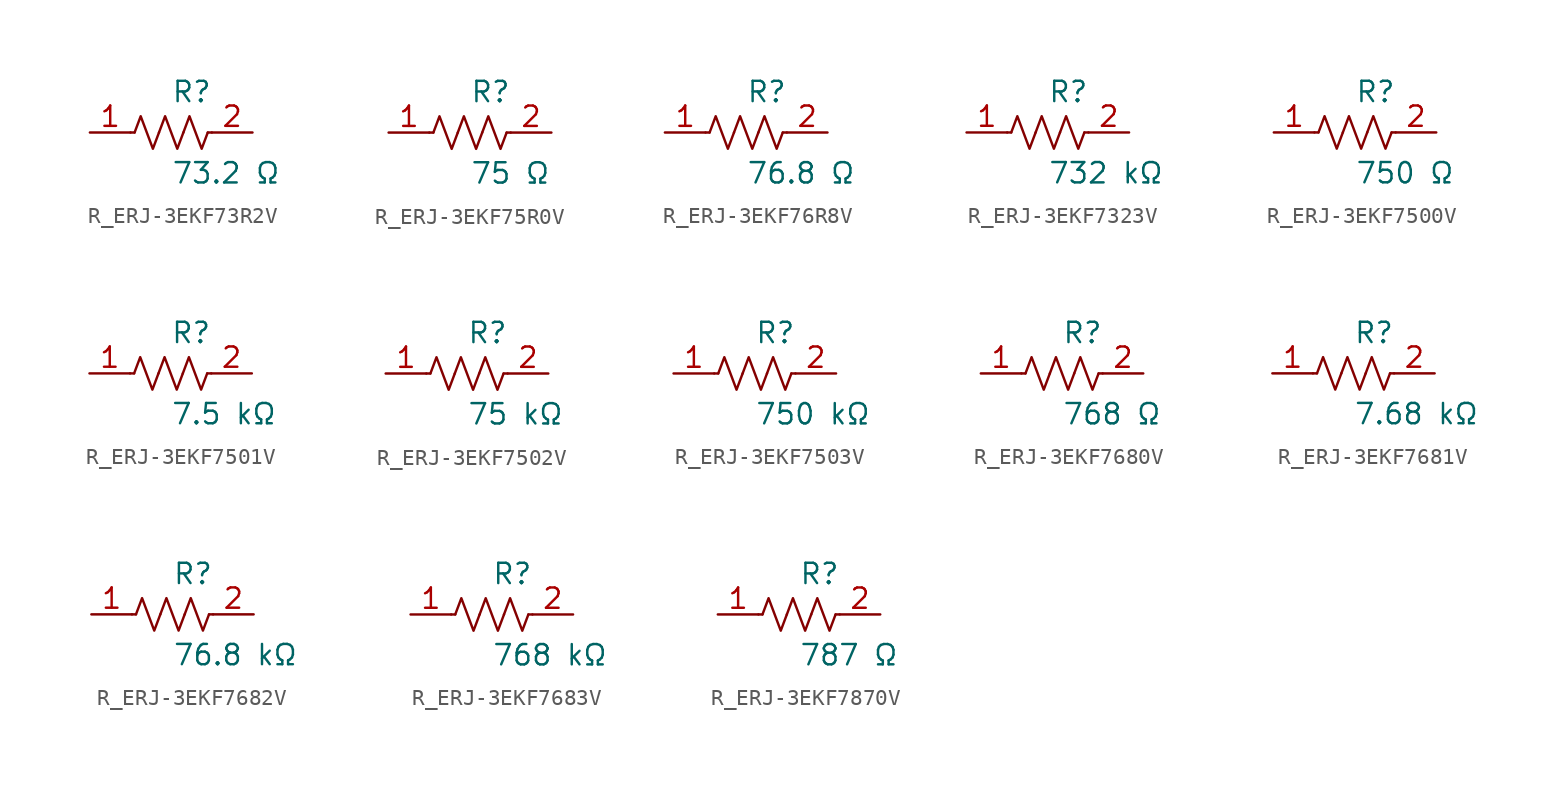
<source format=kicad_sym>
(kicad_symbol_lib
  (version 20231120)
  (generator "kicad_symbol_editor")
  (generator_version "8.0")
  (symbol "R_ERJ-3EKF73R2V"
    (pin_names
      (offset 0.254))
    (property "Reference" "R"
      (at 0 2.54 0)
      (effects (font (size 1.27 1.27)) (justify left)))
    (property "Value" "73.2 Ω"
      (at 0 -2.54 0)
      (effects (font (size 1.27 1.27)) (justify left)))
    (symbol "R_ERJ-3EKF73R2V_0_1"
      (polyline (pts (xy 2.286 0) (xy 2.54 0)) (stroke (width 0) (type default)) (fill (type none)))
      (polyline (pts (xy -2.286 0) (xy -2.54 0)) (stroke (width 0) (type default)) (fill (type none)))
      (polyline (pts (xy 0.762 0) (xy 1.143 1.016) (xy 1.524 0) (xy 1.905 -1.016) (xy 2.286 0)) (stroke (width 0) (type default)) (fill (type none)))
      (polyline (pts (xy -0.762 0) (xy -0.381 1.016) (xy 0 0) (xy 0.381 -1.016) (xy 0.762 0)) (stroke (width 0) (type default)) (fill (type none)))
      (polyline (pts (xy -2.286 0) (xy -1.905 1.016) (xy -1.524 0) (xy -1.143 -1.016) (xy -0.762 0)) (stroke (width 0) (type default)) (fill (type none))))
    (pin unspecified line
      (at -5.08 0 0)
      (length 2.54)
      (name "" (effects (font (size 1.27 1.27))))
      (number "1" (effects (font (size 1.27 1.27)))))
    (pin unspecified line
      (at 5.08 0 180)
      (length 2.54)
      (name "" (effects (font (size 1.27 1.27))))
      (number "2" (effects (font (size 1.27 1.27))))))
  (symbol "R_ERJ-3EKF75R0V"
    (pin_names
      (offset 0.254))
    (property "Reference" "R"
      (at 0 2.54 0)
      (effects (font (size 1.27 1.27)) (justify left)))
    (property "Value" "75 Ω"
      (at 0 -2.54 0)
      (effects (font (size 1.27 1.27)) (justify left)))
    (symbol "R_ERJ-3EKF75R0V_0_1"
      (polyline (pts (xy 2.286 0) (xy 2.54 0)) (stroke (width 0) (type default)) (fill (type none)))
      (polyline (pts (xy -2.286 0) (xy -2.54 0)) (stroke (width 0) (type default)) (fill (type none)))
      (polyline (pts (xy 0.762 0) (xy 1.143 1.016) (xy 1.524 0) (xy 1.905 -1.016) (xy 2.286 0)) (stroke (width 0) (type default)) (fill (type none)))
      (polyline (pts (xy -0.762 0) (xy -0.381 1.016) (xy 0 0) (xy 0.381 -1.016) (xy 0.762 0)) (stroke (width 0) (type default)) (fill (type none)))
      (polyline (pts (xy -2.286 0) (xy -1.905 1.016) (xy -1.524 0) (xy -1.143 -1.016) (xy -0.762 0)) (stroke (width 0) (type default)) (fill (type none))))
    (pin unspecified line
      (at -5.08 0 0)
      (length 2.54)
      (name "" (effects (font (size 1.27 1.27))))
      (number "1" (effects (font (size 1.27 1.27)))))
    (pin unspecified line
      (at 5.08 0 180)
      (length 2.54)
      (name "" (effects (font (size 1.27 1.27))))
      (number "2" (effects (font (size 1.27 1.27))))))
  (symbol "R_ERJ-3EKF76R8V"
    (pin_names
      (offset 0.254))
    (property "Reference" "R"
      (at 0 2.54 0)
      (effects (font (size 1.27 1.27)) (justify left)))
    (property "Value" "76.8 Ω"
      (at 0 -2.54 0)
      (effects (font (size 1.27 1.27)) (justify left)))
    (symbol "R_ERJ-3EKF76R8V_0_1"
      (polyline (pts (xy 2.286 0) (xy 2.54 0)) (stroke (width 0) (type default)) (fill (type none)))
      (polyline (pts (xy -2.286 0) (xy -2.54 0)) (stroke (width 0) (type default)) (fill (type none)))
      (polyline (pts (xy 0.762 0) (xy 1.143 1.016) (xy 1.524 0) (xy 1.905 -1.016) (xy 2.286 0)) (stroke (width 0) (type default)) (fill (type none)))
      (polyline (pts (xy -0.762 0) (xy -0.381 1.016) (xy 0 0) (xy 0.381 -1.016) (xy 0.762 0)) (stroke (width 0) (type default)) (fill (type none)))
      (polyline (pts (xy -2.286 0) (xy -1.905 1.016) (xy -1.524 0) (xy -1.143 -1.016) (xy -0.762 0)) (stroke (width 0) (type default)) (fill (type none))))
    (pin unspecified line
      (at -5.08 0 0)
      (length 2.54)
      (name "" (effects (font (size 1.27 1.27))))
      (number "1" (effects (font (size 1.27 1.27)))))
    (pin unspecified line
      (at 5.08 0 180)
      (length 2.54)
      (name "" (effects (font (size 1.27 1.27))))
      (number "2" (effects (font (size 1.27 1.27))))))
  (symbol "R_ERJ-3EKF7323V"
    (pin_names
      (offset 0.254))
    (property "Reference" "R"
      (at 0 2.54 0)
      (effects (font (size 1.27 1.27)) (justify left)))
    (property "Value" "732 kΩ"
      (at 0 -2.54 0)
      (effects (font (size 1.27 1.27)) (justify left)))
    (symbol "R_ERJ-3EKF7323V_0_1"
      (polyline (pts (xy 2.286 0) (xy 2.54 0)) (stroke (width 0) (type default)) (fill (type none)))
      (polyline (pts (xy -2.286 0) (xy -2.54 0)) (stroke (width 0) (type default)) (fill (type none)))
      (polyline (pts (xy 0.762 0) (xy 1.143 1.016) (xy 1.524 0) (xy 1.905 -1.016) (xy 2.286 0)) (stroke (width 0) (type default)) (fill (type none)))
      (polyline (pts (xy -0.762 0) (xy -0.381 1.016) (xy 0 0) (xy 0.381 -1.016) (xy 0.762 0)) (stroke (width 0) (type default)) (fill (type none)))
      (polyline (pts (xy -2.286 0) (xy -1.905 1.016) (xy -1.524 0) (xy -1.143 -1.016) (xy -0.762 0)) (stroke (width 0) (type default)) (fill (type none))))
    (pin unspecified line
      (at -5.08 0 0)
      (length 2.54)
      (name "" (effects (font (size 1.27 1.27))))
      (number "1" (effects (font (size 1.27 1.27)))))
    (pin unspecified line
      (at 5.08 0 180)
      (length 2.54)
      (name "" (effects (font (size 1.27 1.27))))
      (number "2" (effects (font (size 1.27 1.27))))))
  (symbol "R_ERJ-3EKF7500V"
    (pin_names
      (offset 0.254))
    (property "Reference" "R"
      (at 0 2.54 0)
      (effects (font (size 1.27 1.27)) (justify left)))
    (property "Value" "750 Ω"
      (at 0 -2.54 0)
      (effects (font (size 1.27 1.27)) (justify left)))
    (symbol "R_ERJ-3EKF7500V_0_1"
      (polyline (pts (xy 2.286 0) (xy 2.54 0)) (stroke (width 0) (type default)) (fill (type none)))
      (polyline (pts (xy -2.286 0) (xy -2.54 0)) (stroke (width 0) (type default)) (fill (type none)))
      (polyline (pts (xy 0.762 0) (xy 1.143 1.016) (xy 1.524 0) (xy 1.905 -1.016) (xy 2.286 0)) (stroke (width 0) (type default)) (fill (type none)))
      (polyline (pts (xy -0.762 0) (xy -0.381 1.016) (xy 0 0) (xy 0.381 -1.016) (xy 0.762 0)) (stroke (width 0) (type default)) (fill (type none)))
      (polyline (pts (xy -2.286 0) (xy -1.905 1.016) (xy -1.524 0) (xy -1.143 -1.016) (xy -0.762 0)) (stroke (width 0) (type default)) (fill (type none))))
    (pin unspecified line
      (at -5.08 0 0)
      (length 2.54)
      (name "" (effects (font (size 1.27 1.27))))
      (number "1" (effects (font (size 1.27 1.27)))))
    (pin unspecified line
      (at 5.08 0 180)
      (length 2.54)
      (name "" (effects (font (size 1.27 1.27))))
      (number "2" (effects (font (size 1.27 1.27))))))
  (symbol "R_ERJ-3EKF7501V"
    (pin_names
      (offset 0.254))
    (property "Reference" "R"
      (at 0 2.54 0)
      (effects (font (size 1.27 1.27)) (justify left)))
    (property "Value" "7.5 kΩ"
      (at 0 -2.54 0)
      (effects (font (size 1.27 1.27)) (justify left)))
    (symbol "R_ERJ-3EKF7501V_0_1"
      (polyline (pts (xy 2.286 0) (xy 2.54 0)) (stroke (width 0) (type default)) (fill (type none)))
      (polyline (pts (xy -2.286 0) (xy -2.54 0)) (stroke (width 0) (type default)) (fill (type none)))
      (polyline (pts (xy 0.762 0) (xy 1.143 1.016) (xy 1.524 0) (xy 1.905 -1.016) (xy 2.286 0)) (stroke (width 0) (type default)) (fill (type none)))
      (polyline (pts (xy -0.762 0) (xy -0.381 1.016) (xy 0 0) (xy 0.381 -1.016) (xy 0.762 0)) (stroke (width 0) (type default)) (fill (type none)))
      (polyline (pts (xy -2.286 0) (xy -1.905 1.016) (xy -1.524 0) (xy -1.143 -1.016) (xy -0.762 0)) (stroke (width 0) (type default)) (fill (type none))))
    (pin unspecified line
      (at -5.08 0 0)
      (length 2.54)
      (name "" (effects (font (size 1.27 1.27))))
      (number "1" (effects (font (size 1.27 1.27)))))
    (pin unspecified line
      (at 5.08 0 180)
      (length 2.54)
      (name "" (effects (font (size 1.27 1.27))))
      (number "2" (effects (font (size 1.27 1.27))))))
  (symbol "R_ERJ-3EKF7502V"
    (pin_names
      (offset 0.254))
    (property "Reference" "R"
      (at 0 2.54 0)
      (effects (font (size 1.27 1.27)) (justify left)))
    (property "Value" "75 kΩ"
      (at 0 -2.54 0)
      (effects (font (size 1.27 1.27)) (justify left)))
    (symbol "R_ERJ-3EKF7502V_0_1"
      (polyline (pts (xy 2.286 0) (xy 2.54 0)) (stroke (width 0) (type default)) (fill (type none)))
      (polyline (pts (xy -2.286 0) (xy -2.54 0)) (stroke (width 0) (type default)) (fill (type none)))
      (polyline (pts (xy 0.762 0) (xy 1.143 1.016) (xy 1.524 0) (xy 1.905 -1.016) (xy 2.286 0)) (stroke (width 0) (type default)) (fill (type none)))
      (polyline (pts (xy -0.762 0) (xy -0.381 1.016) (xy 0 0) (xy 0.381 -1.016) (xy 0.762 0)) (stroke (width 0) (type default)) (fill (type none)))
      (polyline (pts (xy -2.286 0) (xy -1.905 1.016) (xy -1.524 0) (xy -1.143 -1.016) (xy -0.762 0)) (stroke (width 0) (type default)) (fill (type none))))
    (pin unspecified line
      (at -5.08 0 0)
      (length 2.54)
      (name "" (effects (font (size 1.27 1.27))))
      (number "1" (effects (font (size 1.27 1.27)))))
    (pin unspecified line
      (at 5.08 0 180)
      (length 2.54)
      (name "" (effects (font (size 1.27 1.27))))
      (number "2" (effects (font (size 1.27 1.27))))))
  (symbol "R_ERJ-3EKF7503V"
    (pin_names
      (offset 0.254))
    (property "Reference" "R"
      (at 0 2.54 0)
      (effects (font (size 1.27 1.27)) (justify left)))
    (property "Value" "750 kΩ"
      (at 0 -2.54 0)
      (effects (font (size 1.27 1.27)) (justify left)))
    (symbol "R_ERJ-3EKF7503V_0_1"
      (polyline (pts (xy 2.286 0) (xy 2.54 0)) (stroke (width 0) (type default)) (fill (type none)))
      (polyline (pts (xy -2.286 0) (xy -2.54 0)) (stroke (width 0) (type default)) (fill (type none)))
      (polyline (pts (xy 0.762 0) (xy 1.143 1.016) (xy 1.524 0) (xy 1.905 -1.016) (xy 2.286 0)) (stroke (width 0) (type default)) (fill (type none)))
      (polyline (pts (xy -0.762 0) (xy -0.381 1.016) (xy 0 0) (xy 0.381 -1.016) (xy 0.762 0)) (stroke (width 0) (type default)) (fill (type none)))
      (polyline (pts (xy -2.286 0) (xy -1.905 1.016) (xy -1.524 0) (xy -1.143 -1.016) (xy -0.762 0)) (stroke (width 0) (type default)) (fill (type none))))
    (pin unspecified line
      (at -5.08 0 0)
      (length 2.54)
      (name "" (effects (font (size 1.27 1.27))))
      (number "1" (effects (font (size 1.27 1.27)))))
    (pin unspecified line
      (at 5.08 0 180)
      (length 2.54)
      (name "" (effects (font (size 1.27 1.27))))
      (number "2" (effects (font (size 1.27 1.27))))))
  (symbol "R_ERJ-3EKF7680V"
    (pin_names
      (offset 0.254))
    (property "Reference" "R"
      (at 0 2.54 0)
      (effects (font (size 1.27 1.27)) (justify left)))
    (property "Value" "768 Ω"
      (at 0 -2.54 0)
      (effects (font (size 1.27 1.27)) (justify left)))
    (symbol "R_ERJ-3EKF7680V_0_1"
      (polyline (pts (xy 2.286 0) (xy 2.54 0)) (stroke (width 0) (type default)) (fill (type none)))
      (polyline (pts (xy -2.286 0) (xy -2.54 0)) (stroke (width 0) (type default)) (fill (type none)))
      (polyline (pts (xy 0.762 0) (xy 1.143 1.016) (xy 1.524 0) (xy 1.905 -1.016) (xy 2.286 0)) (stroke (width 0) (type default)) (fill (type none)))
      (polyline (pts (xy -0.762 0) (xy -0.381 1.016) (xy 0 0) (xy 0.381 -1.016) (xy 0.762 0)) (stroke (width 0) (type default)) (fill (type none)))
      (polyline (pts (xy -2.286 0) (xy -1.905 1.016) (xy -1.524 0) (xy -1.143 -1.016) (xy -0.762 0)) (stroke (width 0) (type default)) (fill (type none))))
    (pin unspecified line
      (at -5.08 0 0)
      (length 2.54)
      (name "" (effects (font (size 1.27 1.27))))
      (number "1" (effects (font (size 1.27 1.27)))))
    (pin unspecified line
      (at 5.08 0 180)
      (length 2.54)
      (name "" (effects (font (size 1.27 1.27))))
      (number "2" (effects (font (size 1.27 1.27))))))
  (symbol "R_ERJ-3EKF7681V"
    (pin_names
      (offset 0.254))
    (property "Reference" "R"
      (at 0 2.54 0)
      (effects (font (size 1.27 1.27)) (justify left)))
    (property "Value" "7.68 kΩ"
      (at 0 -2.54 0)
      (effects (font (size 1.27 1.27)) (justify left)))
    (symbol "R_ERJ-3EKF7681V_0_1"
      (polyline (pts (xy 2.286 0) (xy 2.54 0)) (stroke (width 0) (type default)) (fill (type none)))
      (polyline (pts (xy -2.286 0) (xy -2.54 0)) (stroke (width 0) (type default)) (fill (type none)))
      (polyline (pts (xy 0.762 0) (xy 1.143 1.016) (xy 1.524 0) (xy 1.905 -1.016) (xy 2.286 0)) (stroke (width 0) (type default)) (fill (type none)))
      (polyline (pts (xy -0.762 0) (xy -0.381 1.016) (xy 0 0) (xy 0.381 -1.016) (xy 0.762 0)) (stroke (width 0) (type default)) (fill (type none)))
      (polyline (pts (xy -2.286 0) (xy -1.905 1.016) (xy -1.524 0) (xy -1.143 -1.016) (xy -0.762 0)) (stroke (width 0) (type default)) (fill (type none))))
    (pin unspecified line
      (at -5.08 0 0)
      (length 2.54)
      (name "" (effects (font (size 1.27 1.27))))
      (number "1" (effects (font (size 1.27 1.27)))))
    (pin unspecified line
      (at 5.08 0 180)
      (length 2.54)
      (name "" (effects (font (size 1.27 1.27))))
      (number "2" (effects (font (size 1.27 1.27))))))
  (symbol "R_ERJ-3EKF7682V"
    (pin_names
      (offset 0.254))
    (property "Reference" "R"
      (at 0 2.54 0)
      (effects (font (size 1.27 1.27)) (justify left)))
    (property "Value" "76.8 kΩ"
      (at 0 -2.54 0)
      (effects (font (size 1.27 1.27)) (justify left)))
    (symbol "R_ERJ-3EKF7682V_0_1"
      (polyline (pts (xy 2.286 0) (xy 2.54 0)) (stroke (width 0) (type default)) (fill (type none)))
      (polyline (pts (xy -2.286 0) (xy -2.54 0)) (stroke (width 0) (type default)) (fill (type none)))
      (polyline (pts (xy 0.762 0) (xy 1.143 1.016) (xy 1.524 0) (xy 1.905 -1.016) (xy 2.286 0)) (stroke (width 0) (type default)) (fill (type none)))
      (polyline (pts (xy -0.762 0) (xy -0.381 1.016) (xy 0 0) (xy 0.381 -1.016) (xy 0.762 0)) (stroke (width 0) (type default)) (fill (type none)))
      (polyline (pts (xy -2.286 0) (xy -1.905 1.016) (xy -1.524 0) (xy -1.143 -1.016) (xy -0.762 0)) (stroke (width 0) (type default)) (fill (type none))))
    (pin unspecified line
      (at -5.08 0 0)
      (length 2.54)
      (name "" (effects (font (size 1.27 1.27))))
      (number "1" (effects (font (size 1.27 1.27)))))
    (pin unspecified line
      (at 5.08 0 180)
      (length 2.54)
      (name "" (effects (font (size 1.27 1.27))))
      (number "2" (effects (font (size 1.27 1.27))))))
  (symbol "R_ERJ-3EKF7683V"
    (pin_names
      (offset 0.254))
    (property "Reference" "R"
      (at 0 2.54 0)
      (effects (font (size 1.27 1.27)) (justify left)))
    (property "Value" "768 kΩ"
      (at 0 -2.54 0)
      (effects (font (size 1.27 1.27)) (justify left)))
    (symbol "R_ERJ-3EKF7683V_0_1"
      (polyline (pts (xy 2.286 0) (xy 2.54 0)) (stroke (width 0) (type default)) (fill (type none)))
      (polyline (pts (xy -2.286 0) (xy -2.54 0)) (stroke (width 0) (type default)) (fill (type none)))
      (polyline (pts (xy 0.762 0) (xy 1.143 1.016) (xy 1.524 0) (xy 1.905 -1.016) (xy 2.286 0)) (stroke (width 0) (type default)) (fill (type none)))
      (polyline (pts (xy -0.762 0) (xy -0.381 1.016) (xy 0 0) (xy 0.381 -1.016) (xy 0.762 0)) (stroke (width 0) (type default)) (fill (type none)))
      (polyline (pts (xy -2.286 0) (xy -1.905 1.016) (xy -1.524 0) (xy -1.143 -1.016) (xy -0.762 0)) (stroke (width 0) (type default)) (fill (type none))))
    (pin unspecified line
      (at -5.08 0 0)
      (length 2.54)
      (name "" (effects (font (size 1.27 1.27))))
      (number "1" (effects (font (size 1.27 1.27)))))
    (pin unspecified line
      (at 5.08 0 180)
      (length 2.54)
      (name "" (effects (font (size 1.27 1.27))))
      (number "2" (effects (font (size 1.27 1.27))))))
  (symbol "R_ERJ-3EKF7870V"
    (pin_names
      (offset 0.254))
    (property "Reference" "R"
      (at 0 2.54 0)
      (effects (font (size 1.27 1.27)) (justify left)))
    (property "Value" "787 Ω"
      (at 0 -2.54 0)
      (effects (font (size 1.27 1.27)) (justify left)))
    (symbol "R_ERJ-3EKF7870V_0_1"
      (polyline (pts (xy 2.286 0) (xy 2.54 0)) (stroke (width 0) (type default)) (fill (type none)))
      (polyline (pts (xy -2.286 0) (xy -2.54 0)) (stroke (width 0) (type default)) (fill (type none)))
      (polyline (pts (xy 0.762 0) (xy 1.143 1.016) (xy 1.524 0) (xy 1.905 -1.016) (xy 2.286 0)) (stroke (width 0) (type default)) (fill (type none)))
      (polyline (pts (xy -0.762 0) (xy -0.381 1.016) (xy 0 0) (xy 0.381 -1.016) (xy 0.762 0)) (stroke (width 0) (type default)) (fill (type none)))
      (polyline (pts (xy -2.286 0) (xy -1.905 1.016) (xy -1.524 0) (xy -1.143 -1.016) (xy -0.762 0)) (stroke (width 0) (type default)) (fill (type none))))
    (pin unspecified line
      (at -5.08 0 0)
      (length 2.54)
      (name "" (effects (font (size 1.27 1.27))))
      (number "1" (effects (font (size 1.27 1.27)))))
    (pin unspecified line
      (at 5.08 0 180)
      (length 2.54)
      (name "" (effects (font (size 1.27 1.27))))
      (number "2" (effects (font (size 1.27 1.27)))))))
</source>
